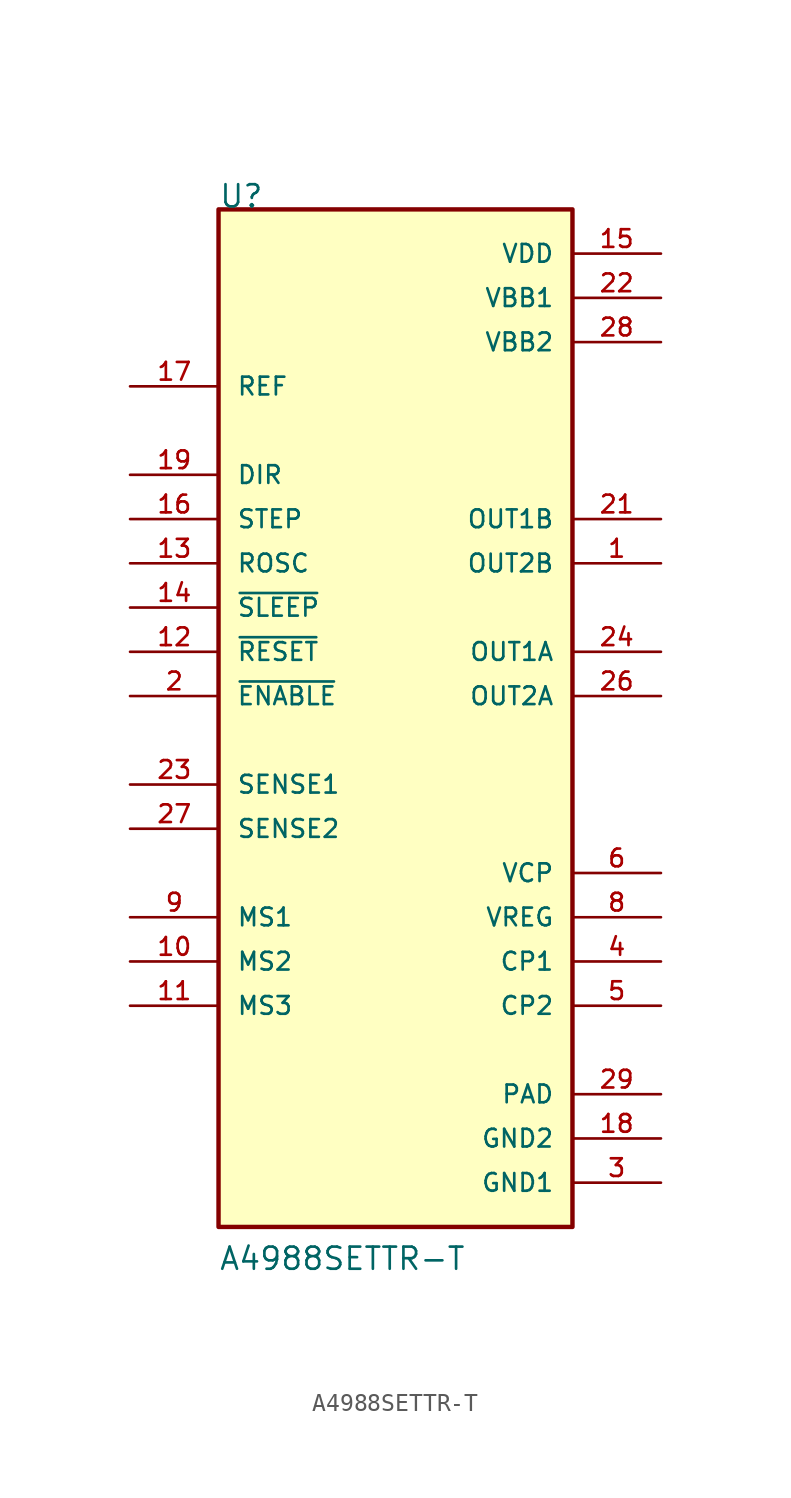
<source format=kicad_sym>
(kicad_symbol_lib
  (version 20211014)
  (generator kicad_symbol_editor)
  (symbol "A4988SETTR-T"
    (pin_names
      (offset 1.016))
    (property "Reference" "U"
      (at -10.164 27.952 0)
      (effects (font (size 1.27 1.27)) (justify bottom left)))
    (property "Value" "A4988SETTR-T"
      (at -10.168 -33.044 0)
      (effects (font (size 1.27 1.27)) (justify bottom left)))
    (symbol "A4988SETTR-T_0_0"
      (rectangle (start -10.16 -30.48) (end 10.16 27.94) (stroke (width 0.254)) (fill (type background)))
      (pin passive line (at 15.24 -10.16 180.0) (length 5.08) (name "VCP" (effects (font (size 1.016 1.016)))) (number "6" (effects (font (size 1.016 1.016)))))
      (pin passive line (at 15.24 -12.7 180.0) (length 5.08) (name "VREG" (effects (font (size 1.016 1.016)))) (number "8" (effects (font (size 1.016 1.016)))))
      (pin passive line (at 15.24 -15.24 180.0) (length 5.08) (name "CP1" (effects (font (size 1.016 1.016)))) (number "4" (effects (font (size 1.016 1.016)))))
      (pin passive line (at 15.24 -17.78 180.0) (length 5.08) (name "CP2" (effects (font (size 1.016 1.016)))) (number "5" (effects (font (size 1.016 1.016)))))
      (pin input line (at -15.24 -12.7 0) (length 5.08) (name "MS1" (effects (font (size 1.016 1.016)))) (number "9" (effects (font (size 1.016 1.016)))))
      (pin input line (at -15.24 -15.24 0) (length 5.08) (name "MS2" (effects (font (size 1.016 1.016)))) (number "10" (effects (font (size 1.016 1.016)))))
      (pin input line (at -15.24 -17.78 0) (length 5.08) (name "MS3" (effects (font (size 1.016 1.016)))) (number "11" (effects (font (size 1.016 1.016)))))
      (pin input line (at -15.24 2.54 0) (length 5.08) (name "~{RESET}" (effects (font (size 1.016 1.016)))) (number "12" (effects (font (size 1.016 1.016)))))
      (pin input line (at -15.24 5.08 0) (length 5.08) (name "~{SLEEP}" (effects (font (size 1.016 1.016)))) (number "14" (effects (font (size 1.016 1.016)))))
      (pin input line (at -15.24 7.62 0) (length 5.08) (name "ROSC" (effects (font (size 1.016 1.016)))) (number "13" (effects (font (size 1.016 1.016)))))
      (pin power_in line (at 15.24 25.4 180.0) (length 5.08) (name "VDD" (effects (font (size 1.016 1.016)))) (number "15" (effects (font (size 1.016 1.016)))))
      (pin input line (at -15.24 10.16 0) (length 5.08) (name "STEP" (effects (font (size 1.016 1.016)))) (number "16" (effects (font (size 1.016 1.016)))))
      (pin input line (at -15.24 17.78 0) (length 5.08) (name "REF" (effects (font (size 1.016 1.016)))) (number "17" (effects (font (size 1.016 1.016)))))
      (pin input line (at -15.24 12.7 0) (length 5.08) (name "DIR" (effects (font (size 1.016 1.016)))) (number "19" (effects (font (size 1.016 1.016)))))
      (pin passive line (at 15.24 -27.94 180.0) (length 5.08) (name "GND1" (effects (font (size 1.016 1.016)))) (number "3" (effects (font (size 1.016 1.016)))))
      (pin output line (at 15.24 10.16 180.0) (length 5.08) (name "OUT1B" (effects (font (size 1.016 1.016)))) (number "21" (effects (font (size 1.016 1.016)))))
      (pin output line (at 15.24 7.62 180.0) (length 5.08) (name "OUT2B" (effects (font (size 1.016 1.016)))) (number "1" (effects (font (size 1.016 1.016)))))
      (pin output line (at 15.24 2.54 180.0) (length 5.08) (name "OUT1A" (effects (font (size 1.016 1.016)))) (number "24" (effects (font (size 1.016 1.016)))))
      (pin output line (at 15.24 0.0 180.0) (length 5.08) (name "OUT2A" (effects (font (size 1.016 1.016)))) (number "26" (effects (font (size 1.016 1.016)))))
      (pin power_in line (at 15.24 22.86 180.0) (length 5.08) (name "VBB1" (effects (font (size 1.016 1.016)))) (number "22" (effects (font (size 1.016 1.016)))))
      (pin input line (at -15.24 -5.08 0) (length 5.08) (name "SENSE1" (effects (font (size 1.016 1.016)))) (number "23" (effects (font (size 1.016 1.016)))))
      (pin input line (at -15.24 -7.62 0) (length 5.08) (name "SENSE2" (effects (font (size 1.016 1.016)))) (number "27" (effects (font (size 1.016 1.016)))))
      (pin power_in line (at 15.24 20.32 180.0) (length 5.08) (name "VBB2" (effects (font (size 1.016 1.016)))) (number "28" (effects (font (size 1.016 1.016)))))
      (pin input line (at -15.24 0.0 0) (length 5.08) (name "~{ENABLE}" (effects (font (size 1.016 1.016)))) (number "2" (effects (font (size 1.016 1.016)))))
      (pin passive line (at 15.24 -22.86 180.0) (length 5.08) (name "PAD" (effects (font (size 1.016 1.016)))) (number "29" (effects (font (size 1.016 1.016)))))
      (pin passive line (at 15.24 -25.4 180.0) (length 5.08) (name "GND2" (effects (font (size 1.016 1.016)))) (number "18" (effects (font (size 1.016 1.016))))))))
</source>
